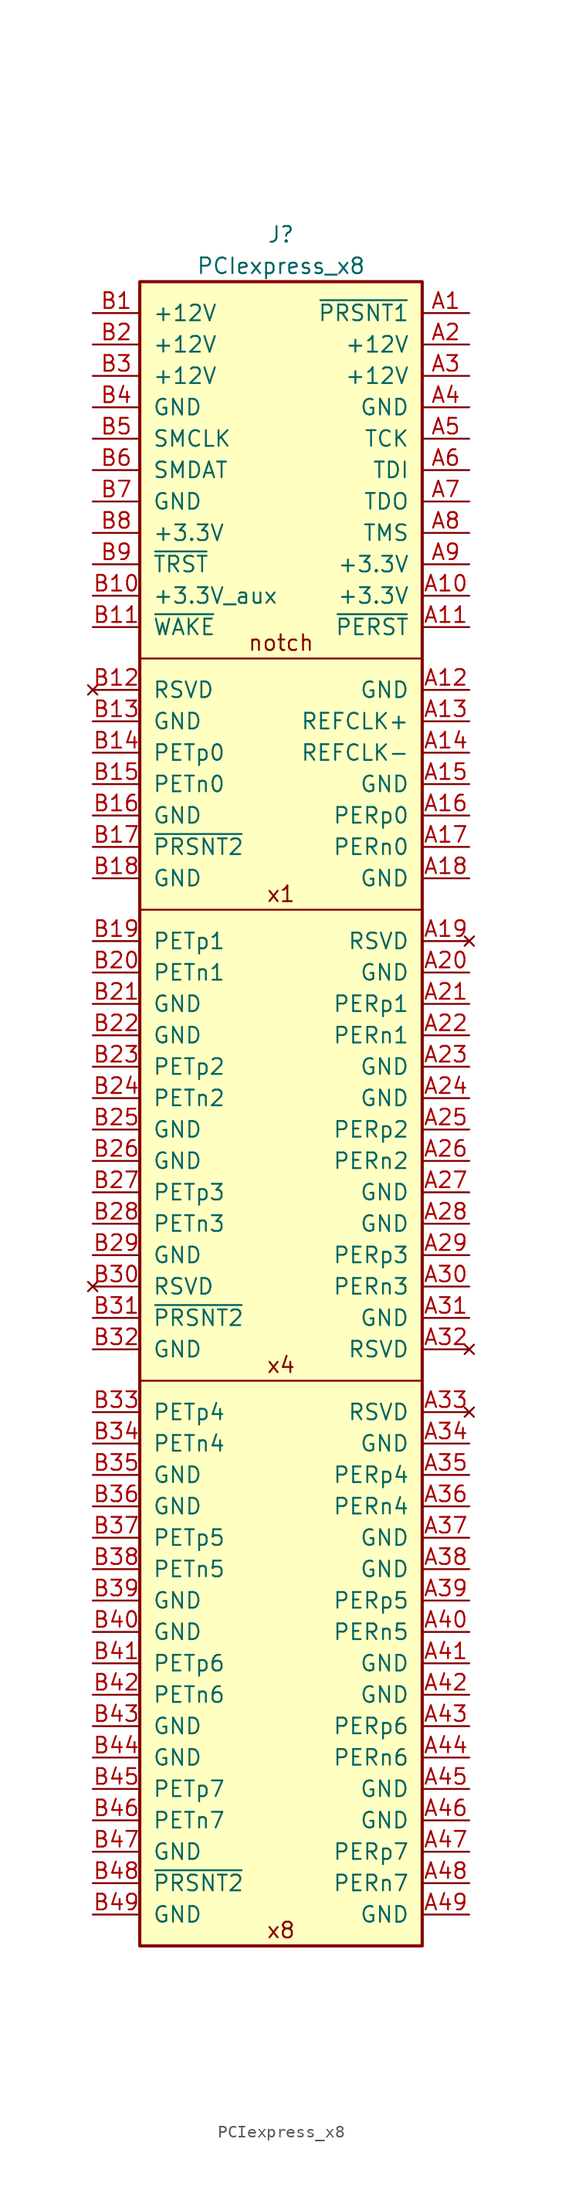
<source format=kicad_sym>
(kicad_symbol_lib
  (version 20211014)
  (generator kicad_symbol_editor)
  (symbol "PCIexpress_x8"
    (pin_names
      (offset 1.016))
    (property "Reference" "J"
      (at 0 3.81 0)
      (effects (font (size 1.27 1.27))))
    (property "Value" "PCIexpress_x8"
      (at 0 1.27 0)
      (effects (font (size 1.27 1.27))))
    (symbol "PCIexpress_x8_0_0"
      (polyline (pts (xy 11.43 -88.9) (xy -11.43 -88.9)) (stroke (width 0) (type default) (color 0 0 0 0)) (fill (type none)))
      (text "x4" (at 0 -87.63 0) (effects (font (size 1.27 1.27))))
      (text "x8" (at 0 -133.35 0) (effects (font (size 1.27 1.27)))))
    (symbol "PCIexpress_x8_1_1"
      (polyline (pts (xy 11.43 -50.8) (xy -11.43 -50.8)) (stroke (width 0) (type default) (color 0 0 0 0)) (fill (type none)))
      (polyline (pts (xy 11.43 -30.48) (xy -11.43 -30.48)) (stroke (width 0) (type default) (color 0 0 0 0)) (fill (type none)))
      (rectangle (start 11.43 0) (end -11.43 -134.62) (stroke (width 0.254) (type default) (color 0 0 0 0)) (fill (type background)))
      (text "notch" (at 0 -29.21 0) (effects (font (size 1.27 1.27))))
      (text "x1" (at 0 -49.53 0) (effects (font (size 1.27 1.27))))
      (pin passive line (at 15.24 -2.54 180) (length 3.81) (name "~{PRSNT1}" (effects (font (size 1.27 1.27)))) (number "A1" (effects (font (size 1.27 1.27)))))
      (pin power_out line (at 15.24 -25.4 180) (length 3.81) (name "+3.3V" (effects (font (size 1.27 1.27)))) (number "A10" (effects (font (size 1.27 1.27)))))
      (pin output line (at 15.24 -27.94 180) (length 3.81) (name "~{PERST}" (effects (font (size 1.27 1.27)))) (number "A11" (effects (font (size 1.27 1.27)))))
      (pin power_out line (at 15.24 -33.02 180) (length 3.81) (name "GND" (effects (font (size 1.27 1.27)))) (number "A12" (effects (font (size 1.27 1.27)))))
      (pin output line (at 15.24 -35.56 180) (length 3.81) (name "REFCLK+" (effects (font (size 1.27 1.27)))) (number "A13" (effects (font (size 1.27 1.27)))))
      (pin output line (at 15.24 -38.1 180) (length 3.81) (name "REFCLK-" (effects (font (size 1.27 1.27)))) (number "A14" (effects (font (size 1.27 1.27)))))
      (pin power_out line (at 15.24 -40.64 180) (length 3.81) (name "GND" (effects (font (size 1.27 1.27)))) (number "A15" (effects (font (size 1.27 1.27)))))
      (pin input line (at 15.24 -43.18 180) (length 3.81) (name "PERp0" (effects (font (size 1.27 1.27)))) (number "A16" (effects (font (size 1.27 1.27)))))
      (pin input line (at 15.24 -45.72 180) (length 3.81) (name "PERn0" (effects (font (size 1.27 1.27)))) (number "A17" (effects (font (size 1.27 1.27)))))
      (pin power_out line (at 15.24 -48.26 180) (length 3.81) (name "GND" (effects (font (size 1.27 1.27)))) (number "A18" (effects (font (size 1.27 1.27)))))
      (pin no_connect line (at 15.24 -53.34 180) (length 3.81) (name "RSVD" (effects (font (size 1.27 1.27)))) (number "A19" (effects (font (size 1.27 1.27)))))
      (pin power_out line (at 15.24 -5.08 180) (length 3.81) (name "+12V" (effects (font (size 1.27 1.27)))) (number "A2" (effects (font (size 1.27 1.27)))))
      (pin power_out line (at 15.24 -55.88 180) (length 3.81) (name "GND" (effects (font (size 1.27 1.27)))) (number "A20" (effects (font (size 1.27 1.27)))))
      (pin input line (at 15.24 -58.42 180) (length 3.81) (name "PERp1" (effects (font (size 1.27 1.27)))) (number "A21" (effects (font (size 1.27 1.27)))))
      (pin input line (at 15.24 -60.96 180) (length 3.81) (name "PERn1" (effects (font (size 1.27 1.27)))) (number "A22" (effects (font (size 1.27 1.27)))))
      (pin power_out line (at 15.24 -63.5 180) (length 3.81) (name "GND" (effects (font (size 1.27 1.27)))) (number "A23" (effects (font (size 1.27 1.27)))))
      (pin power_out line (at 15.24 -66.04 180) (length 3.81) (name "GND" (effects (font (size 1.27 1.27)))) (number "A24" (effects (font (size 1.27 1.27)))))
      (pin input line (at 15.24 -68.58 180) (length 3.81) (name "PERp2" (effects (font (size 1.27 1.27)))) (number "A25" (effects (font (size 1.27 1.27)))))
      (pin input line (at 15.24 -71.12 180) (length 3.81) (name "PERn2" (effects (font (size 1.27 1.27)))) (number "A26" (effects (font (size 1.27 1.27)))))
      (pin power_out line (at 15.24 -73.66 180) (length 3.81) (name "GND" (effects (font (size 1.27 1.27)))) (number "A27" (effects (font (size 1.27 1.27)))))
      (pin power_out line (at 15.24 -76.2 180) (length 3.81) (name "GND" (effects (font (size 1.27 1.27)))) (number "A28" (effects (font (size 1.27 1.27)))))
      (pin input line (at 15.24 -78.74 180) (length 3.81) (name "PERp3" (effects (font (size 1.27 1.27)))) (number "A29" (effects (font (size 1.27 1.27)))))
      (pin power_out line (at 15.24 -7.62 180) (length 3.81) (name "+12V" (effects (font (size 1.27 1.27)))) (number "A3" (effects (font (size 1.27 1.27)))))
      (pin input line (at 15.24 -81.28 180) (length 3.81) (name "PERn3" (effects (font (size 1.27 1.27)))) (number "A30" (effects (font (size 1.27 1.27)))))
      (pin power_out line (at 15.24 -83.82 180) (length 3.81) (name "GND" (effects (font (size 1.27 1.27)))) (number "A31" (effects (font (size 1.27 1.27)))))
      (pin no_connect line (at 15.24 -86.36 180) (length 3.81) (name "RSVD" (effects (font (size 1.27 1.27)))) (number "A32" (effects (font (size 1.27 1.27)))))
      (pin no_connect line (at 15.24 -91.44 180) (length 3.81) (name "RSVD" (effects (font (size 1.27 1.27)))) (number "A33" (effects (font (size 1.27 1.27)))))
      (pin power_out line (at 15.24 -93.98 180) (length 3.81) (name "GND" (effects (font (size 1.27 1.27)))) (number "A34" (effects (font (size 1.27 1.27)))))
      (pin input line (at 15.24 -96.52 180) (length 3.81) (name "PERp4" (effects (font (size 1.27 1.27)))) (number "A35" (effects (font (size 1.27 1.27)))))
      (pin input line (at 15.24 -99.06 180) (length 3.81) (name "PERn4" (effects (font (size 1.27 1.27)))) (number "A36" (effects (font (size 1.27 1.27)))))
      (pin power_out line (at 15.24 -101.6 180) (length 3.81) (name "GND" (effects (font (size 1.27 1.27)))) (number "A37" (effects (font (size 1.27 1.27)))))
      (pin power_out line (at 15.24 -104.14 180) (length 3.81) (name "GND" (effects (font (size 1.27 1.27)))) (number "A38" (effects (font (size 1.27 1.27)))))
      (pin input line (at 15.24 -106.68 180) (length 3.81) (name "PERp5" (effects (font (size 1.27 1.27)))) (number "A39" (effects (font (size 1.27 1.27)))))
      (pin power_out line (at 15.24 -10.16 180) (length 3.81) (name "GND" (effects (font (size 1.27 1.27)))) (number "A4" (effects (font (size 1.27 1.27)))))
      (pin input line (at 15.24 -109.22 180) (length 3.81) (name "PERn5" (effects (font (size 1.27 1.27)))) (number "A40" (effects (font (size 1.27 1.27)))))
      (pin power_out line (at 15.24 -111.76 180) (length 3.81) (name "GND" (effects (font (size 1.27 1.27)))) (number "A41" (effects (font (size 1.27 1.27)))))
      (pin power_out line (at 15.24 -114.3 180) (length 3.81) (name "GND" (effects (font (size 1.27 1.27)))) (number "A42" (effects (font (size 1.27 1.27)))))
      (pin input line (at 15.24 -116.84 180) (length 3.81) (name "PERp6" (effects (font (size 1.27 1.27)))) (number "A43" (effects (font (size 1.27 1.27)))))
      (pin input line (at 15.24 -119.38 180) (length 3.81) (name "PERn6" (effects (font (size 1.27 1.27)))) (number "A44" (effects (font (size 1.27 1.27)))))
      (pin power_out line (at 15.24 -121.92 180) (length 3.81) (name "GND" (effects (font (size 1.27 1.27)))) (number "A45" (effects (font (size 1.27 1.27)))))
      (pin power_out line (at 15.24 -124.46 180) (length 3.81) (name "GND" (effects (font (size 1.27 1.27)))) (number "A46" (effects (font (size 1.27 1.27)))))
      (pin input line (at 15.24 -127 180) (length 3.81) (name "PERp7" (effects (font (size 1.27 1.27)))) (number "A47" (effects (font (size 1.27 1.27)))))
      (pin input line (at 15.24 -129.54 180) (length 3.81) (name "PERn7" (effects (font (size 1.27 1.27)))) (number "A48" (effects (font (size 1.27 1.27)))))
      (pin power_out line (at 15.24 -132.08 180) (length 3.81) (name "GND" (effects (font (size 1.27 1.27)))) (number "A49" (effects (font (size 1.27 1.27)))))
      (pin output line (at 15.24 -12.7 180) (length 3.81) (name "TCK" (effects (font (size 1.27 1.27)))) (number "A5" (effects (font (size 1.27 1.27)))))
      (pin output line (at 15.24 -15.24 180) (length 3.81) (name "TDI" (effects (font (size 1.27 1.27)))) (number "A6" (effects (font (size 1.27 1.27)))))
      (pin input line (at 15.24 -17.78 180) (length 3.81) (name "TDO" (effects (font (size 1.27 1.27)))) (number "A7" (effects (font (size 1.27 1.27)))))
      (pin output line (at 15.24 -20.32 180) (length 3.81) (name "TMS" (effects (font (size 1.27 1.27)))) (number "A8" (effects (font (size 1.27 1.27)))))
      (pin power_out line (at 15.24 -22.86 180) (length 3.81) (name "+3.3V" (effects (font (size 1.27 1.27)))) (number "A9" (effects (font (size 1.27 1.27)))))
      (pin power_out line (at -15.24 -2.54 0) (length 3.81) (name "+12V" (effects (font (size 1.27 1.27)))) (number "B1" (effects (font (size 1.27 1.27)))))
      (pin power_out line (at -15.24 -25.4 0) (length 3.81) (name "+3.3V_aux" (effects (font (size 1.27 1.27)))) (number "B10" (effects (font (size 1.27 1.27)))))
      (pin open_collector line (at -15.24 -27.94 0) (length 3.81) (name "~{WAKE}" (effects (font (size 1.27 1.27)))) (number "B11" (effects (font (size 1.27 1.27)))))
      (pin no_connect line (at -15.24 -33.02 0) (length 3.81) (name "RSVD" (effects (font (size 1.27 1.27)))) (number "B12" (effects (font (size 1.27 1.27)))))
      (pin power_out line (at -15.24 -35.56 0) (length 3.81) (name "GND" (effects (font (size 1.27 1.27)))) (number "B13" (effects (font (size 1.27 1.27)))))
      (pin output line (at -15.24 -38.1 0) (length 3.81) (name "PETp0" (effects (font (size 1.27 1.27)))) (number "B14" (effects (font (size 1.27 1.27)))))
      (pin output line (at -15.24 -40.64 0) (length 3.81) (name "PETn0" (effects (font (size 1.27 1.27)))) (number "B15" (effects (font (size 1.27 1.27)))))
      (pin power_out line (at -15.24 -43.18 0) (length 3.81) (name "GND" (effects (font (size 1.27 1.27)))) (number "B16" (effects (font (size 1.27 1.27)))))
      (pin passive line (at -15.24 -45.72 0) (length 3.81) (name "~{PRSNT2}" (effects (font (size 1.27 1.27)))) (number "B17" (effects (font (size 1.27 1.27)))))
      (pin power_out line (at -15.24 -48.26 0) (length 3.81) (name "GND" (effects (font (size 1.27 1.27)))) (number "B18" (effects (font (size 1.27 1.27)))))
      (pin output line (at -15.24 -53.34 0) (length 3.81) (name "PETp1" (effects (font (size 1.27 1.27)))) (number "B19" (effects (font (size 1.27 1.27)))))
      (pin power_out line (at -15.24 -5.08 0) (length 3.81) (name "+12V" (effects (font (size 1.27 1.27)))) (number "B2" (effects (font (size 1.27 1.27)))))
      (pin output line (at -15.24 -55.88 0) (length 3.81) (name "PETn1" (effects (font (size 1.27 1.27)))) (number "B20" (effects (font (size 1.27 1.27)))))
      (pin power_out line (at -15.24 -58.42 0) (length 3.81) (name "GND" (effects (font (size 1.27 1.27)))) (number "B21" (effects (font (size 1.27 1.27)))))
      (pin power_out line (at -15.24 -60.96 0) (length 3.81) (name "GND" (effects (font (size 1.27 1.27)))) (number "B22" (effects (font (size 1.27 1.27)))))
      (pin output line (at -15.24 -63.5 0) (length 3.81) (name "PETp2" (effects (font (size 1.27 1.27)))) (number "B23" (effects (font (size 1.27 1.27)))))
      (pin output line (at -15.24 -66.04 0) (length 3.81) (name "PETn2" (effects (font (size 1.27 1.27)))) (number "B24" (effects (font (size 1.27 1.27)))))
      (pin power_out line (at -15.24 -68.58 0) (length 3.81) (name "GND" (effects (font (size 1.27 1.27)))) (number "B25" (effects (font (size 1.27 1.27)))))
      (pin power_out line (at -15.24 -71.12 0) (length 3.81) (name "GND" (effects (font (size 1.27 1.27)))) (number "B26" (effects (font (size 1.27 1.27)))))
      (pin output line (at -15.24 -73.66 0) (length 3.81) (name "PETp3" (effects (font (size 1.27 1.27)))) (number "B27" (effects (font (size 1.27 1.27)))))
      (pin output line (at -15.24 -76.2 0) (length 3.81) (name "PETn3" (effects (font (size 1.27 1.27)))) (number "B28" (effects (font (size 1.27 1.27)))))
      (pin power_out line (at -15.24 -78.74 0) (length 3.81) (name "GND" (effects (font (size 1.27 1.27)))) (number "B29" (effects (font (size 1.27 1.27)))))
      (pin power_out line (at -15.24 -7.62 0) (length 3.81) (name "+12V" (effects (font (size 1.27 1.27)))) (number "B3" (effects (font (size 1.27 1.27)))))
      (pin no_connect line (at -15.24 -81.28 0) (length 3.81) (name "RSVD" (effects (font (size 1.27 1.27)))) (number "B30" (effects (font (size 1.27 1.27)))))
      (pin passive line (at -15.24 -83.82 0) (length 3.81) (name "~{PRSNT2}" (effects (font (size 1.27 1.27)))) (number "B31" (effects (font (size 1.27 1.27)))))
      (pin power_out line (at -15.24 -86.36 0) (length 3.81) (name "GND" (effects (font (size 1.27 1.27)))) (number "B32" (effects (font (size 1.27 1.27)))))
      (pin output line (at -15.24 -91.44 0) (length 3.81) (name "PETp4" (effects (font (size 1.27 1.27)))) (number "B33" (effects (font (size 1.27 1.27)))))
      (pin output line (at -15.24 -93.98 0) (length 3.81) (name "PETn4" (effects (font (size 1.27 1.27)))) (number "B34" (effects (font (size 1.27 1.27)))))
      (pin power_out line (at -15.24 -96.52 0) (length 3.81) (name "GND" (effects (font (size 1.27 1.27)))) (number "B35" (effects (font (size 1.27 1.27)))))
      (pin power_out line (at -15.24 -99.06 0) (length 3.81) (name "GND" (effects (font (size 1.27 1.27)))) (number "B36" (effects (font (size 1.27 1.27)))))
      (pin output line (at -15.24 -101.6 0) (length 3.81) (name "PETp5" (effects (font (size 1.27 1.27)))) (number "B37" (effects (font (size 1.27 1.27)))))
      (pin output line (at -15.24 -104.14 0) (length 3.81) (name "PETn5" (effects (font (size 1.27 1.27)))) (number "B38" (effects (font (size 1.27 1.27)))))
      (pin power_out line (at -15.24 -106.68 0) (length 3.81) (name "GND" (effects (font (size 1.27 1.27)))) (number "B39" (effects (font (size 1.27 1.27)))))
      (pin power_out line (at -15.24 -10.16 0) (length 3.81) (name "GND" (effects (font (size 1.27 1.27)))) (number "B4" (effects (font (size 1.27 1.27)))))
      (pin power_out line (at -15.24 -109.22 0) (length 3.81) (name "GND" (effects (font (size 1.27 1.27)))) (number "B40" (effects (font (size 1.27 1.27)))))
      (pin output line (at -15.24 -111.76 0) (length 3.81) (name "PETp6" (effects (font (size 1.27 1.27)))) (number "B41" (effects (font (size 1.27 1.27)))))
      (pin output line (at -15.24 -114.3 0) (length 3.81) (name "PETn6" (effects (font (size 1.27 1.27)))) (number "B42" (effects (font (size 1.27 1.27)))))
      (pin power_out line (at -15.24 -116.84 0) (length 3.81) (name "GND" (effects (font (size 1.27 1.27)))) (number "B43" (effects (font (size 1.27 1.27)))))
      (pin power_out line (at -15.24 -119.38 0) (length 3.81) (name "GND" (effects (font (size 1.27 1.27)))) (number "B44" (effects (font (size 1.27 1.27)))))
      (pin output line (at -15.24 -121.92 0) (length 3.81) (name "PETp7" (effects (font (size 1.27 1.27)))) (number "B45" (effects (font (size 1.27 1.27)))))
      (pin output line (at -15.24 -124.46 0) (length 3.81) (name "PETn7" (effects (font (size 1.27 1.27)))) (number "B46" (effects (font (size 1.27 1.27)))))
      (pin power_out line (at -15.24 -127 0) (length 3.81) (name "GND" (effects (font (size 1.27 1.27)))) (number "B47" (effects (font (size 1.27 1.27)))))
      (pin passive line (at -15.24 -129.54 0) (length 3.81) (name "~{PRSNT2}" (effects (font (size 1.27 1.27)))) (number "B48" (effects (font (size 1.27 1.27)))))
      (pin power_out line (at -15.24 -132.08 0) (length 3.81) (name "GND" (effects (font (size 1.27 1.27)))) (number "B49" (effects (font (size 1.27 1.27)))))
      (pin open_collector line (at -15.24 -12.7 0) (length 3.81) (name "SMCLK" (effects (font (size 1.27 1.27)))) (number "B5" (effects (font (size 1.27 1.27)))))
      (pin open_collector line (at -15.24 -15.24 0) (length 3.81) (name "SMDAT" (effects (font (size 1.27 1.27)))) (number "B6" (effects (font (size 1.27 1.27)))))
      (pin power_out line (at -15.24 -17.78 0) (length 3.81) (name "GND" (effects (font (size 1.27 1.27)))) (number "B7" (effects (font (size 1.27 1.27)))))
      (pin power_out line (at -15.24 -20.32 0) (length 3.81) (name "+3.3V" (effects (font (size 1.27 1.27)))) (number "B8" (effects (font (size 1.27 1.27)))))
      (pin output line (at -15.24 -22.86 0) (length 3.81) (name "~{TRST}" (effects (font (size 1.27 1.27)))) (number "B9" (effects (font (size 1.27 1.27))))))))
</source>
